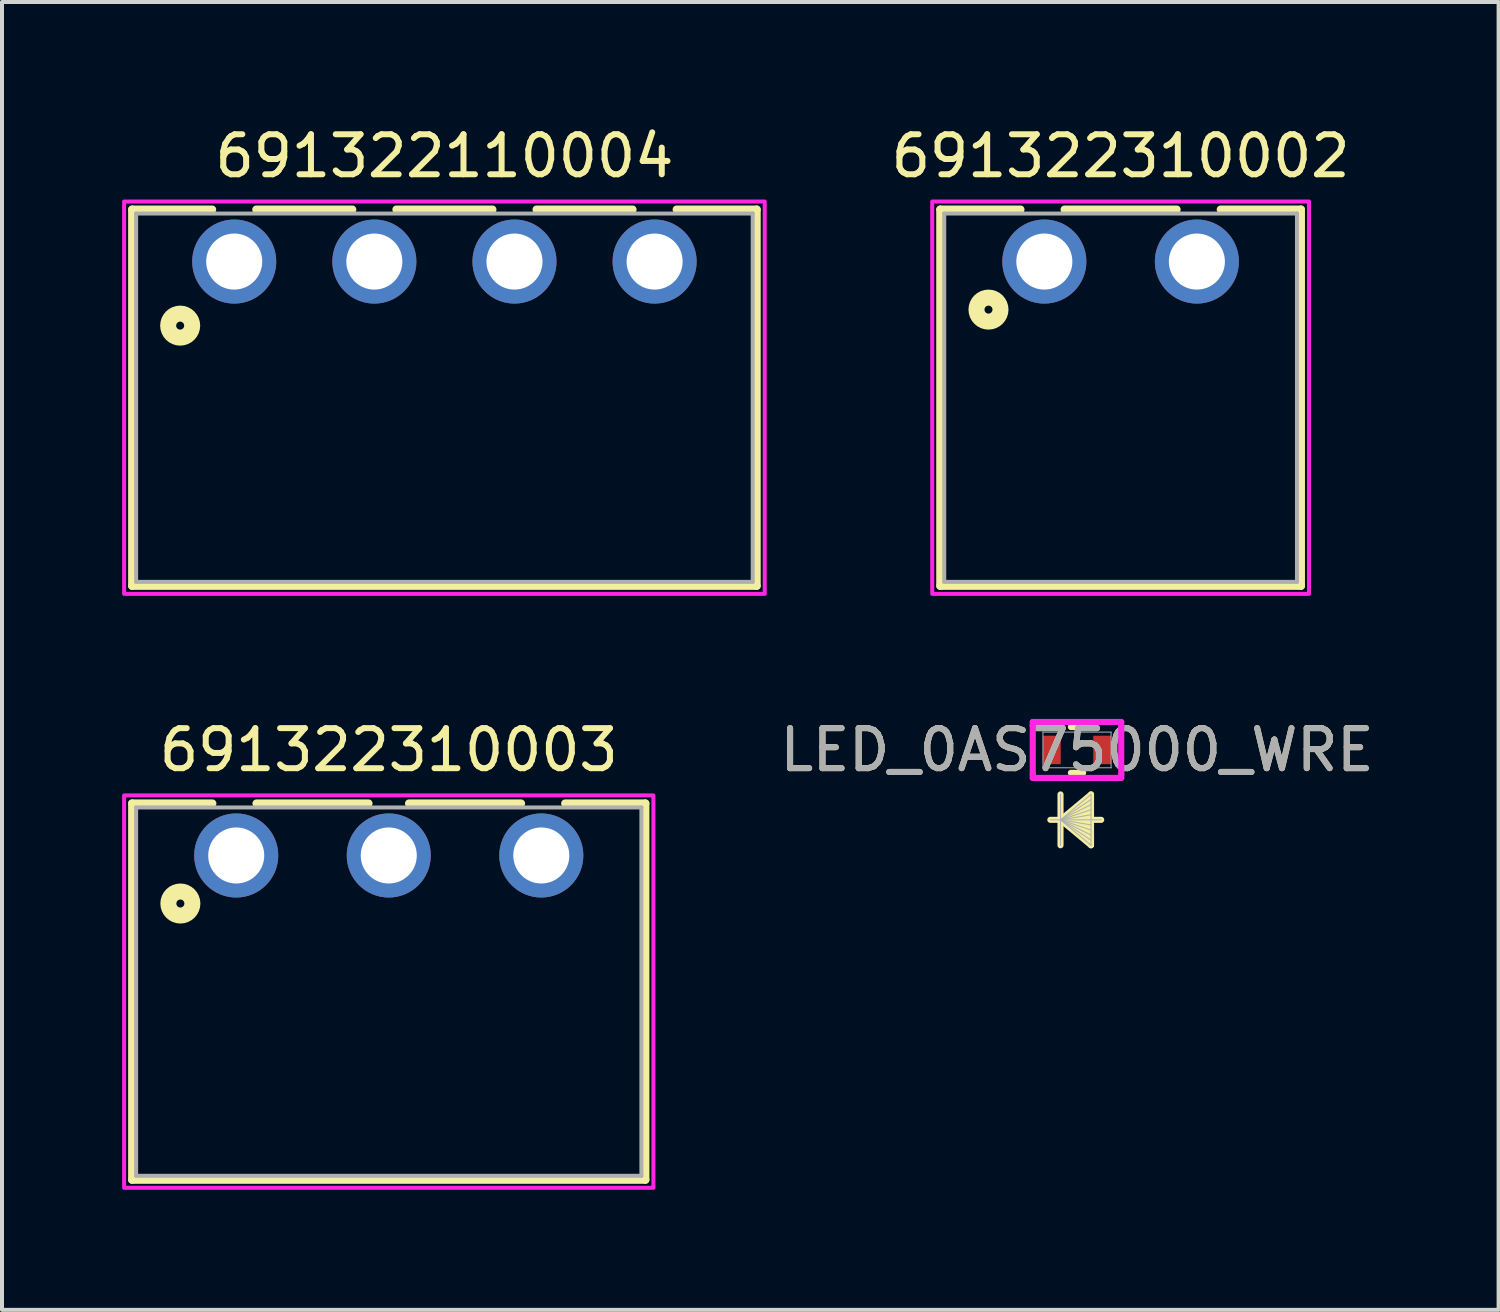
<source format=kicad_pcb>
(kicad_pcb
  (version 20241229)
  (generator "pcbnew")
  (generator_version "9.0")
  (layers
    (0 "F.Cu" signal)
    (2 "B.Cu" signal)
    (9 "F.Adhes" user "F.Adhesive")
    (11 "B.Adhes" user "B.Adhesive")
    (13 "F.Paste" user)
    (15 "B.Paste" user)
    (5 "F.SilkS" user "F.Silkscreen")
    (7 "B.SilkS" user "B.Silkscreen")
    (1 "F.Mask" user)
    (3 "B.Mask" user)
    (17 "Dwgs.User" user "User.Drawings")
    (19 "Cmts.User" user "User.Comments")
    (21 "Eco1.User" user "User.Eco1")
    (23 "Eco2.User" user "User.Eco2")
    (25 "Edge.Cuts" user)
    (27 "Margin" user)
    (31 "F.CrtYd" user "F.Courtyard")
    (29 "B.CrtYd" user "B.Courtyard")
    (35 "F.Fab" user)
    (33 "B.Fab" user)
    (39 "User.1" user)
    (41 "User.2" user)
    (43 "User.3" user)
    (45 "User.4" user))
  (footprint "691322110004"
    (layer "F.Cu")
    (at 8.05 3.483)
    (property "Reference" "691322110004" (at 0 -2.635 0) (layer "F.SilkS") (effects (font (size 1 1) (thickness 0.15))))
    (attr through_hole)
    (fp_line (start -7.8 -1.3) (end -5.8 -1.3) (stroke (width 0.2) (type solid)) (layer "F.SilkS"))
    (fp_line (start -7.8 8.1) (end -7.8 -1.3) (stroke (width 0.2) (type solid)) (layer "F.SilkS"))
    (fp_line (start -4.7 -1.3) (end -2.3 -1.3) (stroke (width 0.2) (type solid)) (layer "F.SilkS"))
    (fp_line (start -1.2 -1.3) (end 1.2 -1.3) (stroke (width 0.2) (type solid)) (layer "F.SilkS"))
    (fp_line (start 2.3 -1.3) (end 4.7 -1.3) (stroke (width 0.2) (type solid)) (layer "F.SilkS"))
    (fp_line (start 5.8 -1.3) (end 7.8 -1.3) (stroke (width 0.2) (type solid)) (layer "F.SilkS"))
    (fp_line (start 7.8 -1.3) (end 7.8 8.1) (stroke (width 0.2) (type solid)) (layer "F.SilkS"))
    (fp_line (start 7.8 8.1) (end -7.8 8.1) (stroke (width 0.2) (type solid)) (layer "F.SilkS"))
    (fp_circle (center -6.6 1.6) (end -6.5 1.6) (stroke (width 0.4) (type solid)) (fill no) (layer "F.SilkS"))
    (fp_poly (pts (xy -8 -1.5) (xy 8 -1.5) (xy 8 8.3) (xy -8 8.3)) (stroke (width 0.1) (type solid)) (fill no) (layer "F.CrtYd"))
    (fp_line (start -7.7 -1.2) (end -7.7 8) (stroke (width 0.1) (type solid)) (layer "F.Fab"))
    (fp_line (start -7.7 8) (end 7.7 8) (stroke (width 0.1) (type solid)) (layer "F.Fab"))
    (fp_line (start 7.7 -1.2) (end -7.7 -1.2) (stroke (width 0.1) (type solid)) (layer "F.Fab"))
    (fp_line (start 7.7 8) (end 7.7 -1.2) (stroke (width 0.1) (type solid)) (layer "F.Fab"))
    (pad "1" thru_hole circle (at -5.25 0) (size 2.1 2.1) (drill 1.4) (layers "*.Cu" "*.Mask"))
    (pad "2" thru_hole circle (at -1.75 0) (size 2.1 2.1) (drill 1.4) (layers "*.Cu" "*.Mask"))
    (pad "3" thru_hole circle (at 1.75 0) (size 2.1 2.1) (drill 1.4) (layers "*.Cu" "*.Mask"))
    (pad "4" thru_hole circle (at 5.25 0) (size 2.1 2.1) (drill 1.4) (layers "*.Cu" "*.Mask")))
  (footprint "691322310003"
    (layer "F.Cu")
    (at 6.66 18.317)
    (property "Reference" "691322310003" (at 0 -2.635 0) (layer "F.SilkS") (effects (font (size 1 1) (thickness 0.15))))
    (attr through_hole)
    (fp_line (start -6.41 -1.3) (end -4.405 -1.3) (stroke (width 0.2) (type solid)) (layer "F.SilkS"))
    (fp_line (start -6.41 8.1) (end -6.41 -1.3) (stroke (width 0.2) (type solid)) (layer "F.SilkS"))
    (fp_line (start -3.305 -1.3) (end -0.505 -1.3) (stroke (width 0.2) (type solid)) (layer "F.SilkS"))
    (fp_line (start 0.505 -1.3) (end 3.305 -1.3) (stroke (width 0.2) (type solid)) (layer "F.SilkS"))
    (fp_line (start 4.405 -1.3) (end 6.41 -1.3) (stroke (width 0.2) (type solid)) (layer "F.SilkS"))
    (fp_line (start 6.41 -1.3) (end 6.41 8.1) (stroke (width 0.2) (type solid)) (layer "F.SilkS"))
    (fp_line (start 6.41 8.1) (end -6.41 8.1) (stroke (width 0.2) (type solid)) (layer "F.SilkS"))
    (fp_circle (center -5.205 1.2) (end -5.105 1.2) (stroke (width 0.4) (type solid)) (fill no) (layer "F.SilkS"))
    (fp_poly (pts (xy -6.61 -1.5) (xy 6.61 -1.5) (xy 6.61 8.3) (xy -6.61 8.3)) (stroke (width 0.1) (type solid)) (fill no) (layer "F.CrtYd"))
    (fp_line (start -6.31 -1.2) (end -6.31 8) (stroke (width 0.1) (type solid)) (layer "F.Fab"))
    (fp_line (start -6.31 8) (end 6.31 8) (stroke (width 0.1) (type solid)) (layer "F.Fab"))
    (fp_line (start 6.31 -1.2) (end -6.31 -1.2) (stroke (width 0.1) (type solid)) (layer "F.Fab"))
    (fp_line (start 6.31 8) (end 6.31 -1.2) (stroke (width 0.1) (type solid)) (layer "F.Fab"))
    (pad "1" thru_hole circle (at -3.81 0) (size 2.1 2.1) (drill 1.4) (layers "*.Cu" "*.Mask"))
    (pad "2" thru_hole circle (at 0 0) (size 2.1 2.1) (drill 1.4) (layers "*.Cu" "*.Mask"))
    (pad "3" thru_hole circle (at 3.81 0) (size 2.1 2.1) (drill 1.4) (layers "*.Cu" "*.Mask")))
  (footprint "LED_0AS75000_WRE"
    (layer "F.Cu")
    (at 23.85 15.681)
    (property "Reference" "LED_0AS75000_WRE" (at 0 0 0) (unlocked yes) (layer "F.SilkS") (effects (font (size 1 1) (thickness 0.15))))
    (attr smd)
    (fp_line (start -0.412 1.111) (end -0.412 2.381) (stroke (width 0.152) (type solid)) (layer "F.SilkS"))
    (fp_line (start -0.412 1.746) (end 0.35 1.111) (stroke (width 0.152) (type solid)) (layer "F.SilkS"))
    (fp_line (start -0.412 1.746) (end 0.35 1.238) (stroke (width 0.152) (type solid)) (layer "F.SilkS"))
    (fp_line (start -0.412 1.746) (end 0.35 1.365) (stroke (width 0.152) (type solid)) (layer "F.SilkS"))
    (fp_line (start -0.412 1.746) (end 0.35 1.492) (stroke (width 0.152) (type solid)) (layer "F.SilkS"))
    (fp_line (start -0.412 1.746) (end 0.35 1.619) (stroke (width 0.152) (type solid)) (layer "F.SilkS"))
    (fp_line (start -0.412 1.746) (end 0.35 1.873) (stroke (width 0.152) (type solid)) (layer "F.SilkS"))
    (fp_line (start -0.412 1.746) (end 0.35 2) (stroke (width 0.152) (type solid)) (layer "F.SilkS"))
    (fp_line (start -0.412 1.746) (end 0.35 2.127) (stroke (width 0.152) (type solid)) (layer "F.SilkS"))
    (fp_line (start -0.412 1.746) (end 0.35 2.254) (stroke (width 0.152) (type solid)) (layer "F.SilkS"))
    (fp_line (start -0.412 1.746) (end 0.35 2.381) (stroke (width 0.152) (type solid)) (layer "F.SilkS"))
    (fp_line (start -0.153 0.572) (end 0.153 0.572) (stroke (width 0.152) (type solid)) (layer "F.SilkS"))
    (fp_line (start 0.153 -0.572) (end -0.153 -0.572) (stroke (width 0.152) (type solid)) (layer "F.SilkS"))
    (fp_line (start 0.35 1.111) (end 0.35 2.381) (stroke (width 0.152) (type solid)) (layer "F.SilkS"))
    (fp_line (start 0.604 1.746) (end -0.666 1.746) (stroke (width 0.152) (type solid)) (layer "F.SilkS"))
    (fp_line (start -1.105 -0.699) (end 1.105 -0.699) (stroke (width 0.152) (type solid)) (layer "F.CrtYd"))
    (fp_line (start -1.105 -0.61) (end -1.105 -0.699) (stroke (width 0.152) (type solid)) (layer "F.CrtYd"))
    (fp_line (start -1.105 -0.61) (end -1.105 -0.61) (stroke (width 0.152) (type solid)) (layer "F.CrtYd"))
    (fp_line (start -1.105 0.61) (end -1.105 -0.61) (stroke (width 0.152) (type solid)) (layer "F.CrtYd"))
    (fp_line (start -1.105 0.61) (end -1.105 0.61) (stroke (width 0.152) (type solid)) (layer "F.CrtYd"))
    (fp_line (start -1.105 0.699) (end -1.105 0.61) (stroke (width 0.152) (type solid)) (layer "F.CrtYd"))
    (fp_line (start 1.105 -0.699) (end 1.105 -0.61) (stroke (width 0.152) (type solid)) (layer "F.CrtYd"))
    (fp_line (start 1.105 -0.61) (end 1.105 -0.61) (stroke (width 0.152) (type solid)) (layer "F.CrtYd"))
    (fp_line (start 1.105 -0.61) (end 1.105 0.61) (stroke (width 0.152) (type solid)) (layer "F.CrtYd"))
    (fp_line (start 1.105 0.61) (end 1.105 0.61) (stroke (width 0.152) (type solid)) (layer "F.CrtYd"))
    (fp_line (start 1.105 0.61) (end 1.105 0.699) (stroke (width 0.152) (type solid)) (layer "F.CrtYd"))
    (fp_line (start 1.105 0.699) (end -1.105 0.699) (stroke (width 0.152) (type solid)) (layer "F.CrtYd"))
    (fp_line (start -0.851 -0.445) (end -0.851 0.445) (stroke (width 0.025) (type solid)) (layer "F.Fab"))
    (fp_line (start -0.851 0.445) (end 0.851 0.445) (stroke (width 0.025) (type solid)) (layer "F.Fab"))
    (fp_line (start -0.412 1.111) (end -0.412 2.381) (stroke (width 0.025) (type solid)) (layer "F.Fab"))
    (fp_line (start -0.412 1.746) (end 0.35 1.111) (stroke (width 0.025) (type solid)) (layer "F.Fab"))
    (fp_line (start -0.412 1.746) (end 0.35 1.238) (stroke (width 0.025) (type solid)) (layer "F.Fab"))
    (fp_line (start -0.412 1.746) (end 0.35 1.365) (stroke (width 0.025) (type solid)) (layer "F.Fab"))
    (fp_line (start -0.412 1.746) (end 0.35 1.492) (stroke (width 0.025) (type solid)) (layer "F.Fab"))
    (fp_line (start -0.412 1.746) (end 0.35 1.619) (stroke (width 0.025) (type solid)) (layer "F.Fab"))
    (fp_line (start -0.412 1.746) (end 0.35 1.873) (stroke (width 0.025) (type solid)) (layer "F.Fab"))
    (fp_line (start -0.412 1.746) (end 0.35 2) (stroke (width 0.025) (type solid)) (layer "F.Fab"))
    (fp_line (start -0.412 1.746) (end 0.35 2.127) (stroke (width 0.025) (type solid)) (layer "F.Fab"))
    (fp_line (start -0.412 1.746) (end 0.35 2.254) (stroke (width 0.025) (type solid)) (layer "F.Fab"))
    (fp_line (start -0.412 1.746) (end 0.35 2.381) (stroke (width 0.025) (type solid)) (layer "F.Fab"))
    (fp_line (start 0.35 1.111) (end 0.35 2.381) (stroke (width 0.025) (type solid)) (layer "F.Fab"))
    (fp_line (start 0.604 1.746) (end -0.666 1.746) (stroke (width 0.025) (type solid)) (layer "F.Fab"))
    (fp_line (start 0.851 -0.445) (end -0.851 -0.445) (stroke (width 0.025) (type solid)) (layer "F.Fab"))
    (fp_line (start 0.851 0.445) (end 0.851 -0.445) (stroke (width 0.025) (type solid)) (layer "F.Fab"))
    (fp_text user "${REFERENCE}" (at 0 0 0) (unlocked yes) (layer "F.Fab") (effects (font (size 1 1) (thickness 0.15))))
    (pad "1" smd rect (at -0.629 0) (size 0.445 0.711) (layers "F.Cu" "F.Mask" "F.Paste"))
    (pad "2" smd rect (at 0.629 0) (size 0.445 0.711) (layers "F.Cu" "F.Mask" "F.Paste"))
    (zone (net_name "") (layer "F.Cu") (hatch full 0.508) (connect_pads) (min_thickness 0.254) (filled_areas_thickness no) (keepout (tracks not_allowed) (vias not_allowed) (pads allowed) (copperpour not_allowed) (footprints allowed)) (placement (enabled no)) (fill) (polygon (pts (xy 23.494 15.288) (xy 24.205 15.288) (xy 24.205 16.075) (xy 23.494 16.075)))))
  (footprint "691322310002"
    (layer "F.Cu")
    (at 24.939 3.483)
    (property "Reference" "691322310002" (at 0 -2.635 0) (layer "F.SilkS") (effects (font (size 1 1) (thickness 0.15))))
    (attr through_hole)
    (fp_line (start -4.505 -1.3) (end -2.5 -1.3) (stroke (width 0.2) (type solid)) (layer "F.SilkS"))
    (fp_line (start -4.505 8.1) (end -4.505 -1.3) (stroke (width 0.2) (type solid)) (layer "F.SilkS"))
    (fp_line (start -1.4 -1.3) (end 1.4 -1.3) (stroke (width 0.2) (type solid)) (layer "F.SilkS"))
    (fp_line (start 2.5 -1.3) (end 4.505 -1.3) (stroke (width 0.2) (type solid)) (layer "F.SilkS"))
    (fp_line (start 4.505 -1.3) (end 4.505 8.1) (stroke (width 0.2) (type solid)) (layer "F.SilkS"))
    (fp_line (start 4.505 8.1) (end -4.505 8.1) (stroke (width 0.2) (type solid)) (layer "F.SilkS"))
    (fp_circle (center -3.3 1.2) (end -3.2 1.2) (stroke (width 0.4) (type solid)) (fill no) (layer "F.SilkS"))
    (fp_poly (pts (xy -4.705 -1.5) (xy 4.705 -1.5) (xy 4.705 8.3) (xy -4.705 8.3)) (stroke (width 0.1) (type solid)) (fill no) (layer "F.CrtYd"))
    (fp_line (start -4.405 -1.2) (end -4.405 8) (stroke (width 0.1) (type solid)) (layer "F.Fab"))
    (fp_line (start -4.405 8) (end 4.405 8) (stroke (width 0.1) (type solid)) (layer "F.Fab"))
    (fp_line (start 4.405 -1.2) (end -4.405 -1.2) (stroke (width 0.1) (type solid)) (layer "F.Fab"))
    (fp_line (start 4.405 8) (end 4.405 -1.2) (stroke (width 0.1) (type solid)) (layer "F.Fab"))
    (pad "1" thru_hole circle (at -1.905 0) (size 2.1 2.1) (drill 1.4) (layers "*.Cu" "*.Mask"))
    (pad "2" thru_hole circle (at 1.905 0) (size 2.1 2.1) (drill 1.4) (layers "*.Cu" "*.Mask")))
  (gr_rect
    (start -3 -3)
    (end 34.38 29.666)
    (stroke (width 0.1) (type default))
    (fill no)
    (layer "Edge.Cuts")))
</source>
